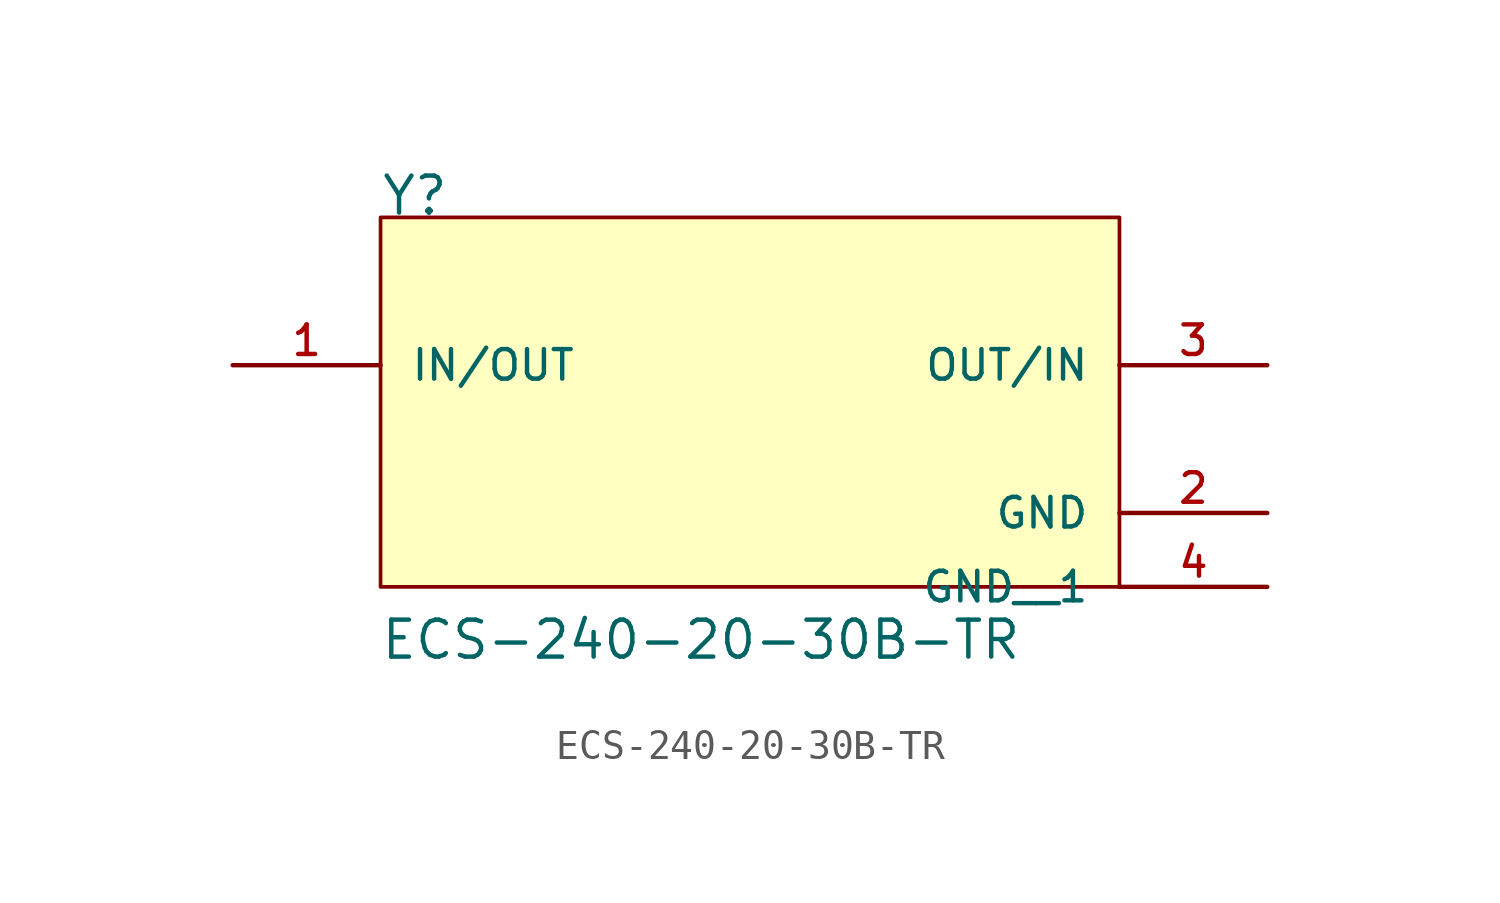
<source format=kicad_sym>
(kicad_symbol_lib
  (version 20211014)
  (generator kicad_symbol_editor)
  (symbol "ECS-240-20-30B-TR"
    (pin_names
      (offset 1.016))
    (property "Reference" "Y"
      (at -12.708 7.625 0)
      (effects (font (size 1.27 1.27)) (justify bottom left)))
    (property "Value" "ECS-240-20-30B-TR"
      (at -12.733 -7.64 0)
      (effects (font (size 1.27 1.27)) (justify bottom left)))
    (symbol "ECS-240-20-30B-TR_0_0"
      (rectangle (start -12.7 -5.08) (end 12.7 7.62) (stroke (width 0.127)) (fill (type background)))
      (pin bidirectional line (at 17.78 2.54 180.0) (length 5.08) (name "OUT/IN" (effects (font (size 1.016 1.016)))) (number "3" (effects (font (size 1.016 1.016)))))
      (pin bidirectional line (at -17.78 2.54 0) (length 5.08) (name "IN/OUT" (effects (font (size 1.016 1.016)))) (number "1" (effects (font (size 1.016 1.016)))))
      (pin power_in line (at 17.78 -2.54 180.0) (length 5.08) (name "GND" (effects (font (size 1.016 1.016)))) (number "2" (effects (font (size 1.016 1.016)))))
      (pin power_in line (at 17.78 -5.08 180.0) (length 5.08) (name "GND__1" (effects (font (size 1.016 1.016)))) (number "4" (effects (font (size 1.016 1.016))))))))
</source>
